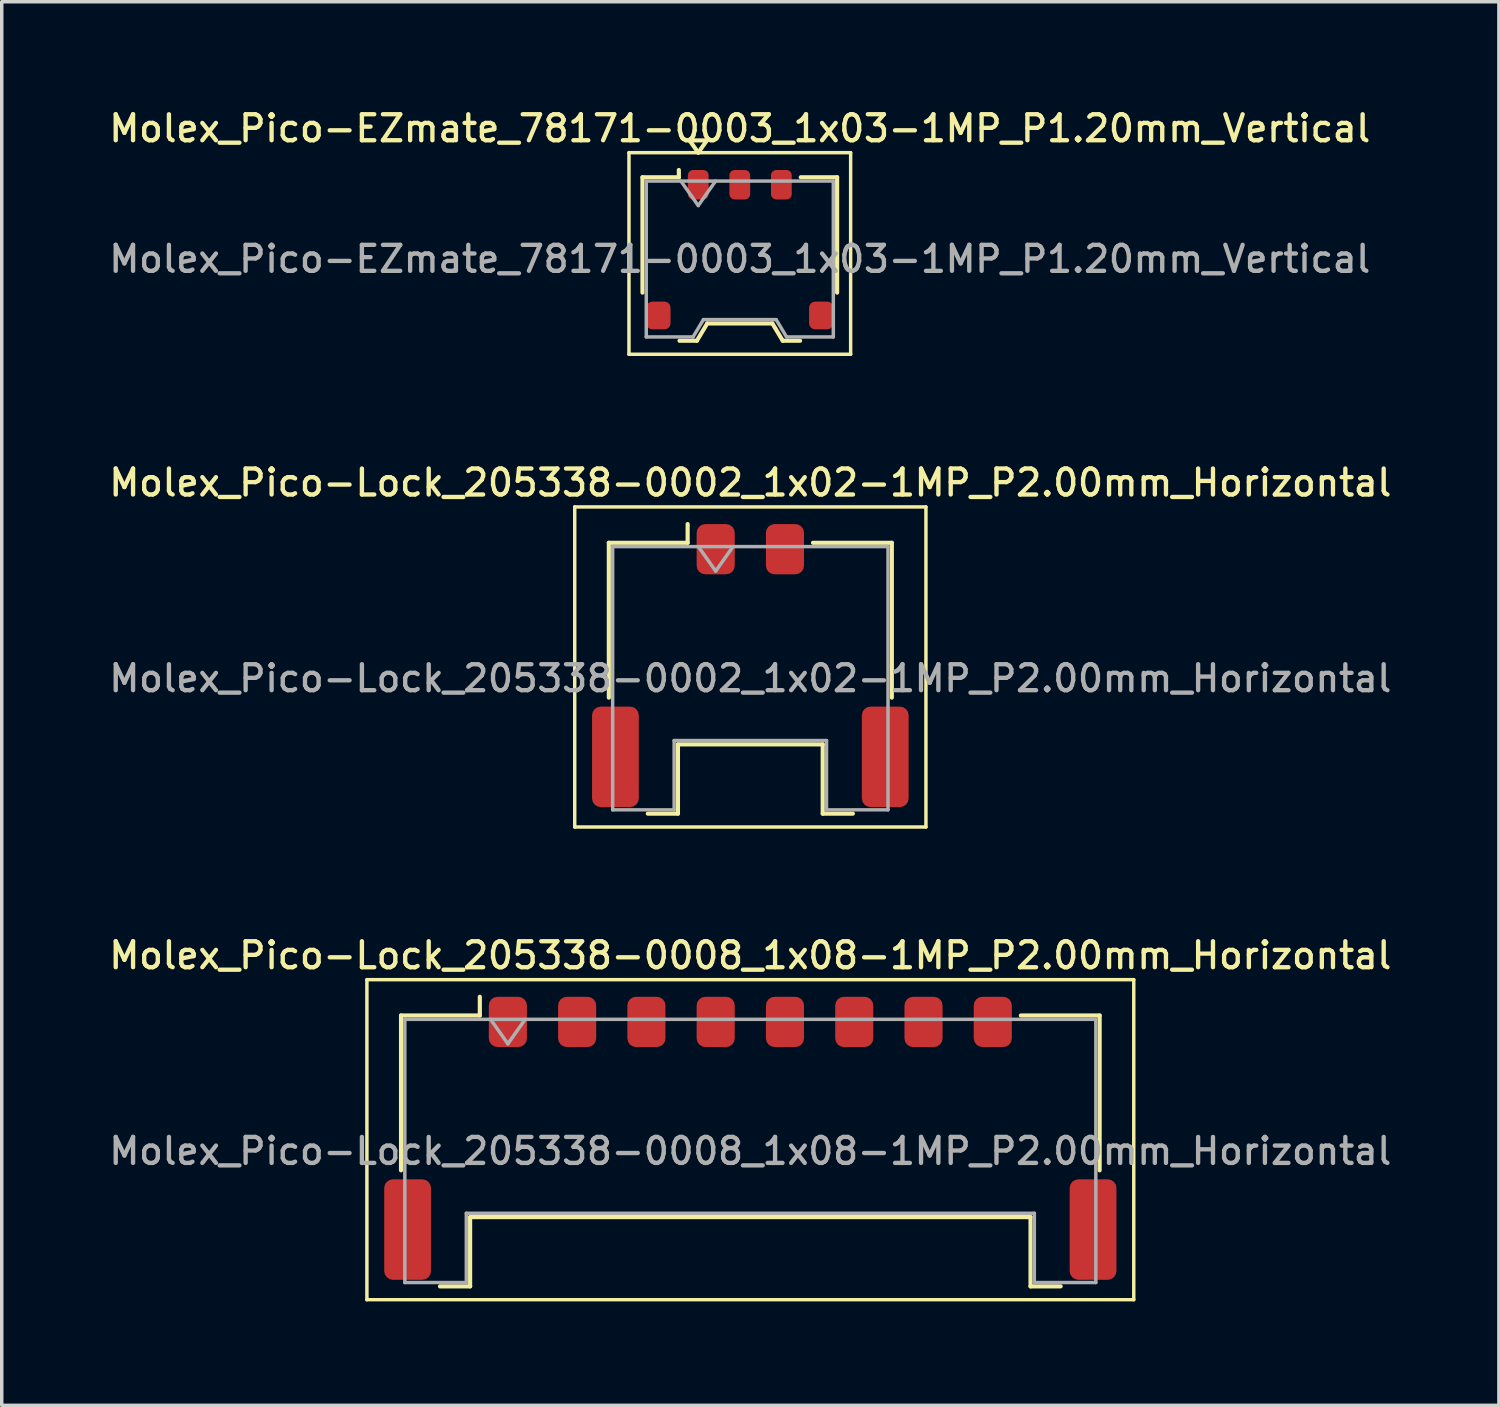
<source format=kicad_pcb>
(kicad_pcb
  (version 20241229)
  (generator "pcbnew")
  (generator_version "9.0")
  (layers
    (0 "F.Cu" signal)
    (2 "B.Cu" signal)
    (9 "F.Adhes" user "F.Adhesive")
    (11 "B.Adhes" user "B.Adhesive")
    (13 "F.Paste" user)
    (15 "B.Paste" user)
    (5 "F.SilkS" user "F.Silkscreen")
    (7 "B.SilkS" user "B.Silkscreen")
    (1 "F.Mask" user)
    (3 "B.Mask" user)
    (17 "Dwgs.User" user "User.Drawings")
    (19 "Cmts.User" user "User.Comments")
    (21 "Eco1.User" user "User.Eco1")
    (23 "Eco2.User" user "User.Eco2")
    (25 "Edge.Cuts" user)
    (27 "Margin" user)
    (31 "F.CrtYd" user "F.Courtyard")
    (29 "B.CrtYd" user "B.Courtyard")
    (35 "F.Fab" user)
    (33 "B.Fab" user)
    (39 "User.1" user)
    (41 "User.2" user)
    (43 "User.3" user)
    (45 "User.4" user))
  (footprint "Molex_Pico-Lock_205338-0008_1x08-1MP_P2.00mm_Horizontal"
    (layer "F.Cu")
    (at 18.613 29.814)
    (property "Reference" "Molex_Pico-Lock_205338-0008_1x08-1MP_P2.00mm_Horizontal" (at 0 -5.28 0) (layer "F.SilkS") (effects (font (size 0.75 0.75) (thickness 0.125))))
    (attr smd)
    (fp_line (start -11.07 -4.58) (end -11.07 4.66) (stroke (width 0.1) (type solid)) (layer "F.SilkS"))
    (fp_line (start -11.07 4.66) (end 11.07 4.66) (stroke (width 0.1) (type solid)) (layer "F.SilkS"))
    (fp_line (start -10.085 -3.545) (end -7.81 -3.545) (stroke (width 0.12) (type solid)) (layer "F.SilkS"))
    (fp_line (start -10.085 0.925) (end -10.085 -3.545) (stroke (width 0.12) (type solid)) (layer "F.SilkS"))
    (fp_line (start -8.96 4.275) (end -8.09 4.275) (stroke (width 0.12) (type solid)) (layer "F.SilkS"))
    (fp_line (start -8.09 2.275) (end 8.09 2.275) (stroke (width 0.12) (type solid)) (layer "F.SilkS"))
    (fp_line (start -8.09 4.275) (end -8.09 2.275) (stroke (width 0.12) (type solid)) (layer "F.SilkS"))
    (fp_line (start -7.81 -3.545) (end -7.81 -4.085) (stroke (width 0.12) (type solid)) (layer "F.SilkS"))
    (fp_line (start 8.09 2.275) (end 8.09 4.275) (stroke (width 0.12) (type solid)) (layer "F.SilkS"))
    (fp_line (start 8.09 4.275) (end 8.96 4.275) (stroke (width 0.12) (type solid)) (layer "F.SilkS"))
    (fp_line (start 10.085 -3.545) (end 7.81 -3.545) (stroke (width 0.12) (type solid)) (layer "F.SilkS"))
    (fp_line (start 10.085 0.925) (end 10.085 -3.545) (stroke (width 0.12) (type solid)) (layer "F.SilkS"))
    (fp_line (start 11.07 -4.58) (end -11.07 -4.58) (stroke (width 0.1) (type solid)) (layer "F.SilkS"))
    (fp_line (start 11.07 4.66) (end 11.07 -4.58) (stroke (width 0.1) (type solid)) (layer "F.SilkS"))
    (fp_line (start -9.975 -3.435) (end -9.975 4.165) (stroke (width 0.1) (type solid)) (layer "F.Fab"))
    (fp_line (start -9.975 -3.435) (end 9.975 -3.435) (stroke (width 0.1) (type solid)) (layer "F.Fab"))
    (fp_line (start -9.975 4.165) (end -8.2 4.165) (stroke (width 0.1) (type solid)) (layer "F.Fab"))
    (fp_line (start -8.2 2.165) (end 8.2 2.165) (stroke (width 0.1) (type solid)) (layer "F.Fab"))
    (fp_line (start -8.2 4.165) (end -8.2 2.165) (stroke (width 0.1) (type solid)) (layer "F.Fab"))
    (fp_line (start -7.5 -3.435) (end -7 -2.728) (stroke (width 0.1) (type solid)) (layer "F.Fab"))
    (fp_line (start -7 -2.728) (end -6.5 -3.435) (stroke (width 0.1) (type solid)) (layer "F.Fab"))
    (fp_line (start 8.2 2.165) (end 8.2 4.165) (stroke (width 0.1) (type solid)) (layer "F.Fab"))
    (fp_line (start 8.2 4.165) (end 9.975 4.165) (stroke (width 0.1) (type solid)) (layer "F.Fab"))
    (fp_line (start 9.975 -3.435) (end 9.975 4.165) (stroke (width 0.1) (type solid)) (layer "F.Fab"))
    (fp_text user "${REFERENCE}" (at 0 0.37 0) (layer "F.Fab") (effects (font (size 0.75 0.75) (thickness 0.125))))
    (pad "1" smd roundrect (at -7 -3.36) (size 1.1 1.45) (layers "F.Cu" "F.Mask" "F.Paste") (roundrect_rratio 0.227))
    (pad "2" smd roundrect (at -5 -3.36) (size 1.1 1.45) (layers "F.Cu" "F.Mask" "F.Paste") (roundrect_rratio 0.227))
    (pad "3" smd roundrect (at -3 -3.36) (size 1.1 1.45) (layers "F.Cu" "F.Mask" "F.Paste") (roundrect_rratio 0.227))
    (pad "4" smd roundrect (at -1 -3.36) (size 1.1 1.45) (layers "F.Cu" "F.Mask" "F.Paste") (roundrect_rratio 0.227))
    (pad "5" smd roundrect (at 1 -3.36) (size 1.1 1.45) (layers "F.Cu" "F.Mask" "F.Paste") (roundrect_rratio 0.227))
    (pad "6" smd roundrect (at 3 -3.36) (size 1.1 1.45) (layers "F.Cu" "F.Mask" "F.Paste") (roundrect_rratio 0.227))
    (pad "7" smd roundrect (at 5 -3.36) (size 1.1 1.45) (layers "F.Cu" "F.Mask" "F.Paste") (roundrect_rratio 0.227))
    (pad "8" smd roundrect (at 7 -3.36) (size 1.1 1.45) (layers "F.Cu" "F.Mask" "F.Paste") (roundrect_rratio 0.227))
    (pad "MP" smd roundrect (at -9.895 2.635) (size 1.35 2.9) (layers "F.Cu" "F.Mask" "F.Paste") (roundrect_rratio 0.185))
    (pad "MP" smd roundrect (at 9.895 2.635) (size 1.35 2.9) (layers "F.Cu" "F.Mask" "F.Paste") (roundrect_rratio 0.185)))
  (footprint "Molex_Pico-Lock_205338-0002_1x02-1MP_P2.00mm_Horizontal"
    (layer "F.Cu")
    (at 18.613 16.166)
    (property "Reference" "Molex_Pico-Lock_205338-0002_1x02-1MP_P2.00mm_Horizontal" (at 0 -5.28 0) (layer "F.SilkS") (effects (font (size 0.75 0.75) (thickness 0.125))))
    (attr smd)
    (fp_line (start -5.07 -4.58) (end -5.07 4.66) (stroke (width 0.1) (type solid)) (layer "F.SilkS"))
    (fp_line (start -5.07 4.66) (end 5.07 4.66) (stroke (width 0.1) (type solid)) (layer "F.SilkS"))
    (fp_line (start -4.085 -3.545) (end -1.81 -3.545) (stroke (width 0.12) (type solid)) (layer "F.SilkS"))
    (fp_line (start -4.085 0.925) (end -4.085 -3.545) (stroke (width 0.12) (type solid)) (layer "F.SilkS"))
    (fp_line (start -2.96 4.275) (end -2.09 4.275) (stroke (width 0.12) (type solid)) (layer "F.SilkS"))
    (fp_line (start -2.09 2.275) (end 2.09 2.275) (stroke (width 0.12) (type solid)) (layer "F.SilkS"))
    (fp_line (start -2.09 4.275) (end -2.09 2.275) (stroke (width 0.12) (type solid)) (layer "F.SilkS"))
    (fp_line (start -1.81 -3.545) (end -1.81 -4.085) (stroke (width 0.12) (type solid)) (layer "F.SilkS"))
    (fp_line (start 2.09 2.275) (end 2.09 4.275) (stroke (width 0.12) (type solid)) (layer "F.SilkS"))
    (fp_line (start 2.09 4.275) (end 2.96 4.275) (stroke (width 0.12) (type solid)) (layer "F.SilkS"))
    (fp_line (start 4.085 -3.545) (end 1.81 -3.545) (stroke (width 0.12) (type solid)) (layer "F.SilkS"))
    (fp_line (start 4.085 0.925) (end 4.085 -3.545) (stroke (width 0.12) (type solid)) (layer "F.SilkS"))
    (fp_line (start 5.07 -4.58) (end -5.07 -4.58) (stroke (width 0.1) (type solid)) (layer "F.SilkS"))
    (fp_line (start 5.07 4.66) (end 5.07 -4.58) (stroke (width 0.1) (type solid)) (layer "F.SilkS"))
    (fp_line (start -3.975 -3.435) (end -3.975 4.165) (stroke (width 0.1) (type solid)) (layer "F.Fab"))
    (fp_line (start -3.975 -3.435) (end 3.975 -3.435) (stroke (width 0.1) (type solid)) (layer "F.Fab"))
    (fp_line (start -3.975 4.165) (end -2.2 4.165) (stroke (width 0.1) (type solid)) (layer "F.Fab"))
    (fp_line (start -2.2 2.165) (end 2.2 2.165) (stroke (width 0.1) (type solid)) (layer "F.Fab"))
    (fp_line (start -2.2 4.165) (end -2.2 2.165) (stroke (width 0.1) (type solid)) (layer "F.Fab"))
    (fp_line (start -1.5 -3.435) (end -1 -2.728) (stroke (width 0.1) (type solid)) (layer "F.Fab"))
    (fp_line (start -1 -2.728) (end -0.5 -3.435) (stroke (width 0.1) (type solid)) (layer "F.Fab"))
    (fp_line (start 2.2 2.165) (end 2.2 4.165) (stroke (width 0.1) (type solid)) (layer "F.Fab"))
    (fp_line (start 2.2 4.165) (end 3.975 4.165) (stroke (width 0.1) (type solid)) (layer "F.Fab"))
    (fp_line (start 3.975 -3.435) (end 3.975 4.165) (stroke (width 0.1) (type solid)) (layer "F.Fab"))
    (fp_text user "${REFERENCE}" (at 0 0.37 0) (layer "F.Fab") (effects (font (size 0.75 0.75) (thickness 0.125))))
    (pad "1" smd roundrect (at -1 -3.36) (size 1.1 1.45) (layers "F.Cu" "F.Mask" "F.Paste") (roundrect_rratio 0.227))
    (pad "2" smd roundrect (at 1 -3.36) (size 1.1 1.45) (layers "F.Cu" "F.Mask" "F.Paste") (roundrect_rratio 0.227))
    (pad "MP" smd roundrect (at -3.895 2.635) (size 1.35 2.9) (layers "F.Cu" "F.Mask" "F.Paste") (roundrect_rratio 0.185))
    (pad "MP" smd roundrect (at 3.895 2.635) (size 1.35 2.9) (layers "F.Cu" "F.Mask" "F.Paste") (roundrect_rratio 0.185)))
  (footprint "Molex_Pico-EZmate_78171-0003_1x03-1MP_P1.20mm_Vertical"
    (layer "F.Cu")
    (at 18.309 4.158)
    (property "Reference" "Molex_Pico-EZmate_78171-0003_1x03-1MP_P1.20mm_Vertical" (at 0 -3.5 0) (layer "F.SilkS") (effects (font (size 0.75 0.75) (thickness 0.125))))
    (attr smd)
    (fp_line (start -3.2 -2.8) (end -3.2 3.02) (stroke (width 0.1) (type solid)) (layer "F.SilkS"))
    (fp_line (start -3.2 3.02) (end 3.2 3.02) (stroke (width 0.1) (type solid)) (layer "F.SilkS"))
    (fp_line (start -2.81 -2.09) (end -1.76 -2.09) (stroke (width 0.12) (type solid)) (layer "F.SilkS"))
    (fp_line (start -2.81 1.24) (end -2.81 -2.09) (stroke (width 0.12) (type solid)) (layer "F.SilkS"))
    (fp_line (start -1.76 -2.09) (end -1.76 -2.3) (stroke (width 0.12) (type solid)) (layer "F.SilkS"))
    (fp_line (start -1.74 2.63) (end -1.24 2.63) (stroke (width 0.12) (type solid)) (layer "F.SilkS"))
    (fp_line (start -1.45 -3.154) (end -1.2 -2.8) (stroke (width 0.12) (type solid)) (layer "F.SilkS"))
    (fp_line (start -1.24 2.63) (end -0.94 2.13) (stroke (width 0.12) (type solid)) (layer "F.SilkS"))
    (fp_line (start -1.2 -2.8) (end -0.95 -3.154) (stroke (width 0.12) (type solid)) (layer "F.SilkS"))
    (fp_line (start -0.95 -3.154) (end -1.45 -3.154) (stroke (width 0.12) (type solid)) (layer "F.SilkS"))
    (fp_line (start -0.94 2.13) (end 0.94 2.13) (stroke (width 0.12) (type solid)) (layer "F.SilkS"))
    (fp_line (start 0.94 2.13) (end 1.24 2.63) (stroke (width 0.12) (type solid)) (layer "F.SilkS"))
    (fp_line (start 1.24 2.63) (end 1.74 2.63) (stroke (width 0.12) (type solid)) (layer "F.SilkS"))
    (fp_line (start 2.81 -2.09) (end 1.76 -2.09) (stroke (width 0.12) (type solid)) (layer "F.SilkS"))
    (fp_line (start 2.81 1.24) (end 2.81 -2.09) (stroke (width 0.12) (type solid)) (layer "F.SilkS"))
    (fp_line (start 3.2 -2.8) (end -3.2 -2.8) (stroke (width 0.1) (type solid)) (layer "F.SilkS"))
    (fp_line (start 3.2 3.02) (end 3.2 -2.8) (stroke (width 0.1) (type solid)) (layer "F.SilkS"))
    (fp_line (start -2.7 -1.98) (end -2.7 2.52) (stroke (width 0.1) (type solid)) (layer "F.Fab"))
    (fp_line (start -2.7 -1.98) (end 2.7 -1.98) (stroke (width 0.1) (type solid)) (layer "F.Fab"))
    (fp_line (start -2.7 2.52) (end -1.35 2.52) (stroke (width 0.1) (type solid)) (layer "F.Fab"))
    (fp_line (start -1.7 -1.98) (end -1.2 -1.273) (stroke (width 0.1) (type solid)) (layer "F.Fab"))
    (fp_line (start -1.35 2.52) (end -1.05 2.02) (stroke (width 0.1) (type solid)) (layer "F.Fab"))
    (fp_line (start -1.2 -1.273) (end -0.7 -1.98) (stroke (width 0.1) (type solid)) (layer "F.Fab"))
    (fp_line (start -1.05 2.02) (end 1.05 2.02) (stroke (width 0.1) (type solid)) (layer "F.Fab"))
    (fp_line (start 1.05 2.02) (end 1.35 2.52) (stroke (width 0.1) (type solid)) (layer "F.Fab"))
    (fp_line (start 1.35 2.52) (end 2.7 2.52) (stroke (width 0.1) (type solid)) (layer "F.Fab"))
    (fp_line (start 2.7 -1.98) (end 2.7 2.52) (stroke (width 0.1) (type solid)) (layer "F.Fab"))
    (fp_text user "${REFERENCE}" (at 0 0.27 0) (layer "F.Fab") (effects (font (size 0.75 0.75) (thickness 0.125))))
    (pad "1" smd roundrect (at -1.2 -1.875) (size 0.6 0.85) (layers "F.Cu" "F.Mask" "F.Paste") (roundrect_rratio 0.25))
    (pad "2" smd roundrect (at 0 -1.875) (size 0.6 0.85) (layers "F.Cu" "F.Mask" "F.Paste") (roundrect_rratio 0.25))
    (pad "3" smd roundrect (at 1.2 -1.875) (size 0.6 0.85) (layers "F.Cu" "F.Mask" "F.Paste") (roundrect_rratio 0.25))
    (pad "MP" smd roundrect (at -2.35 1.9) (size 0.7 0.8) (layers "F.Cu" "F.Mask" "F.Paste") (roundrect_rratio 0.25))
    (pad "MP" smd roundrect (at 2.35 1.9) (size 0.7 0.8) (layers "F.Cu" "F.Mask" "F.Paste") (roundrect_rratio 0.25)))
  (gr_rect
    (start -3 -3)
    (end 40.225 37.524)
    (stroke (width 0.1) (type default))
    (fill no)
    (layer "Edge.Cuts")))
</source>
